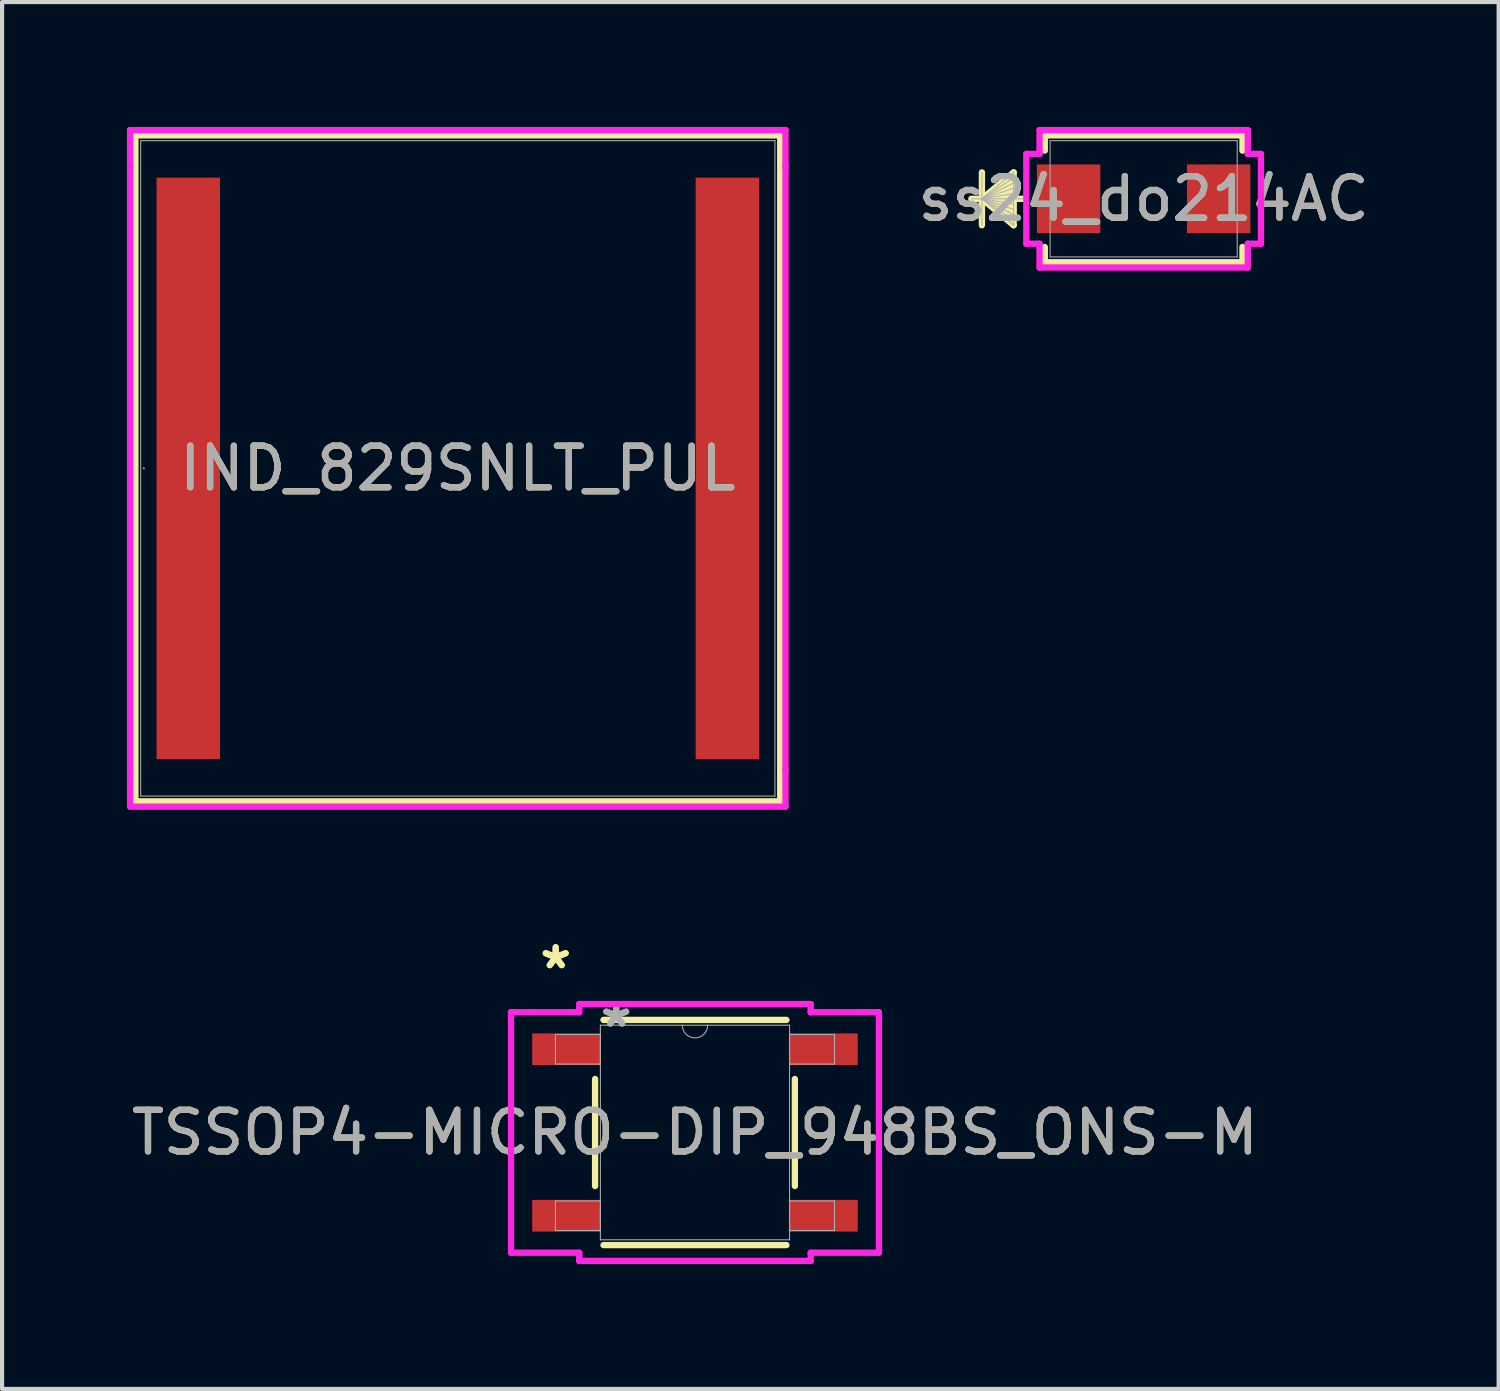
<source format=kicad_pcb>
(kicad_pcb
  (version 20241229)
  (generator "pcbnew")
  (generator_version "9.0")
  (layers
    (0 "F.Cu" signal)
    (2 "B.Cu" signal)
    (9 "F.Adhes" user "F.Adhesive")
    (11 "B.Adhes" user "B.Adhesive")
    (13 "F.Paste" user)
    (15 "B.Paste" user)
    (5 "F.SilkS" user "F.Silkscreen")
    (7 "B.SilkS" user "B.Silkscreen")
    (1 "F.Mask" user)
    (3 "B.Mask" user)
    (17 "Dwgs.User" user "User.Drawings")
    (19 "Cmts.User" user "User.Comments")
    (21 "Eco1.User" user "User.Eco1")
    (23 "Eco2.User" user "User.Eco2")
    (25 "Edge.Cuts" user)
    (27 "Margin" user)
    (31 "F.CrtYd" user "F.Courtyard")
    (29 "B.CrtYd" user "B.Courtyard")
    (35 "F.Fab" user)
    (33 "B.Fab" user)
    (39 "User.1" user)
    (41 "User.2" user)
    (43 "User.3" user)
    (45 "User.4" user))
  (footprint "IND_829SNLT_PUL"
    (layer "F.Cu")
    (at 7.95 8.204)
    (property "Reference" "IND_829SNLT_PUL" (at 0 0 0) (unlocked yes) (layer "F.SilkS") (effects (font (size 1 1) (thickness 0.15))))
    (attr smd)
    (fp_line (start -7.747 -8.001) (end -7.747 8.001) (stroke (width 0.152) (type solid)) (layer "F.SilkS"))
    (fp_line (start -7.747 8.001) (end 7.747 8.001) (stroke (width 0.152) (type solid)) (layer "F.SilkS"))
    (fp_line (start 7.747 -8.001) (end -7.747 -8.001) (stroke (width 0.152) (type solid)) (layer "F.SilkS"))
    (fp_line (start 7.747 8.001) (end 7.747 -8.001) (stroke (width 0.152) (type solid)) (layer "F.SilkS"))
    (fp_line (start -7.874 -8.128) (end 7.874 -8.128) (stroke (width 0.152) (type solid)) (layer "F.CrtYd"))
    (fp_line (start -7.874 -7.239) (end -7.874 -8.128) (stroke (width 0.152) (type solid)) (layer "F.CrtYd"))
    (fp_line (start -7.874 -7.239) (end -7.874 -7.239) (stroke (width 0.152) (type solid)) (layer "F.CrtYd"))
    (fp_line (start -7.874 7.239) (end -7.874 -7.239) (stroke (width 0.152) (type solid)) (layer "F.CrtYd"))
    (fp_line (start -7.874 7.239) (end -7.874 7.239) (stroke (width 0.152) (type solid)) (layer "F.CrtYd"))
    (fp_line (start -7.874 8.128) (end -7.874 7.239) (stroke (width 0.152) (type solid)) (layer "F.CrtYd"))
    (fp_line (start 7.874 -8.128) (end 7.874 -7.239) (stroke (width 0.152) (type solid)) (layer "F.CrtYd"))
    (fp_line (start 7.874 -7.239) (end 7.874 -7.239) (stroke (width 0.152) (type solid)) (layer "F.CrtYd"))
    (fp_line (start 7.874 -7.239) (end 7.874 7.239) (stroke (width 0.152) (type solid)) (layer "F.CrtYd"))
    (fp_line (start 7.874 7.239) (end 7.874 7.239) (stroke (width 0.152) (type solid)) (layer "F.CrtYd"))
    (fp_line (start 7.874 7.239) (end 7.874 8.128) (stroke (width 0.152) (type solid)) (layer "F.CrtYd"))
    (fp_line (start 7.874 8.128) (end -7.874 8.128) (stroke (width 0.152) (type solid)) (layer "F.CrtYd"))
    (fp_line (start -7.62 -7.874) (end -7.62 7.874) (stroke (width 0.025) (type solid)) (layer "F.Fab"))
    (fp_line (start -7.62 7.874) (end 7.62 7.874) (stroke (width 0.025) (type solid)) (layer "F.Fab"))
    (fp_line (start 7.62 -7.874) (end -7.62 -7.874) (stroke (width 0.025) (type solid)) (layer "F.Fab"))
    (fp_line (start 7.62 7.874) (end 7.62 -7.874) (stroke (width 0.025) (type solid)) (layer "F.Fab"))
    (fp_circle (center -7.544 0) (end -7.544 0) (stroke (width 0.025) (type solid)) (fill no) (layer "F.Fab"))
    (fp_text user "${REFERENCE}" (at 0 0 0) (unlocked yes) (layer "F.Fab") (effects (font (size 1 1) (thickness 0.15))))
    (pad "1" smd rect (at -6.477 0) (size 1.524 13.97) (layers "F.Cu" "F.Mask" "F.Paste"))
    (pad "2" smd rect (at 6.477 0) (size 1.524 13.97) (layers "F.Cu" "F.Mask" "F.Paste"))
    (zone (net_name "") (layer "F.Cu") (hatch full 0.508) (connect_pads) (min_thickness 0.254) (filled_areas_thickness no) (keepout (tracks not_allowed) (vias not_allowed) (pads allowed) (copperpour not_allowed) (footprints allowed)) (placement (enabled no)) (fill) (polygon (pts (xy 2.286 0.381) (xy 13.614 0.381) (xy 13.614 16.027) (xy 2.286 16.027)))))
  (footprint "ss24_do214AC"
    (layer "F.Cu")
    (at 24.43 1.727)
    (property "Reference" "ss24_do214AC" (at 0 0 0) (unlocked yes) (layer "F.SilkS") (effects (font (size 1 1) (thickness 0.15))))
    (attr smd)
    (fp_line (start -3.886 -0.635) (end -3.886 0.635) (stroke (width 0.152) (type solid)) (layer "F.SilkS"))
    (fp_line (start -3.886 0) (end -3.124 -0.635) (stroke (width 0.152) (type solid)) (layer "F.SilkS"))
    (fp_line (start -3.886 0) (end -3.124 -0.508) (stroke (width 0.152) (type solid)) (layer "F.SilkS"))
    (fp_line (start -3.886 0) (end -3.124 -0.381) (stroke (width 0.152) (type solid)) (layer "F.SilkS"))
    (fp_line (start -3.886 0) (end -3.124 -0.254) (stroke (width 0.152) (type solid)) (layer "F.SilkS"))
    (fp_line (start -3.886 0) (end -3.124 -0.127) (stroke (width 0.152) (type solid)) (layer "F.SilkS"))
    (fp_line (start -3.886 0) (end -3.124 0.127) (stroke (width 0.152) (type solid)) (layer "F.SilkS"))
    (fp_line (start -3.886 0) (end -3.124 0.254) (stroke (width 0.152) (type solid)) (layer "F.SilkS"))
    (fp_line (start -3.886 0) (end -3.124 0.381) (stroke (width 0.152) (type solid)) (layer "F.SilkS"))
    (fp_line (start -3.886 0) (end -3.124 0.508) (stroke (width 0.152) (type solid)) (layer "F.SilkS"))
    (fp_line (start -3.886 0) (end -3.124 0.635) (stroke (width 0.152) (type solid)) (layer "F.SilkS"))
    (fp_line (start -3.124 -0.635) (end -3.124 0.635) (stroke (width 0.152) (type solid)) (layer "F.SilkS"))
    (fp_line (start -2.898 0) (end -4.14 0) (stroke (width 0.152) (type solid)) (layer "F.SilkS"))
    (fp_line (start -2.375 -1.524) (end -2.375 -1.158) (stroke (width 0.152) (type solid)) (layer "F.SilkS"))
    (fp_line (start -2.375 1.158) (end -2.375 1.524) (stroke (width 0.152) (type solid)) (layer "F.SilkS"))
    (fp_line (start -2.375 1.524) (end 2.375 1.524) (stroke (width 0.152) (type solid)) (layer "F.SilkS"))
    (fp_line (start 2.375 -1.524) (end -2.375 -1.524) (stroke (width 0.152) (type solid)) (layer "F.SilkS"))
    (fp_line (start 2.375 -1.158) (end 2.375 -1.524) (stroke (width 0.152) (type solid)) (layer "F.SilkS"))
    (fp_line (start 2.375 1.524) (end 2.375 1.158) (stroke (width 0.152) (type solid)) (layer "F.SilkS"))
    (fp_line (start -2.819 -1.079) (end -2.502 -1.079) (stroke (width 0.152) (type solid)) (layer "F.CrtYd"))
    (fp_line (start -2.819 1.079) (end -2.819 -1.079) (stroke (width 0.152) (type solid)) (layer "F.CrtYd"))
    (fp_line (start -2.502 -1.651) (end 2.502 -1.651) (stroke (width 0.152) (type solid)) (layer "F.CrtYd"))
    (fp_line (start -2.502 -1.079) (end -2.502 -1.651) (stroke (width 0.152) (type solid)) (layer "F.CrtYd"))
    (fp_line (start -2.502 1.079) (end -2.819 1.079) (stroke (width 0.152) (type solid)) (layer "F.CrtYd"))
    (fp_line (start -2.502 1.651) (end -2.502 1.079) (stroke (width 0.152) (type solid)) (layer "F.CrtYd"))
    (fp_line (start 2.502 -1.651) (end 2.502 -1.079) (stroke (width 0.152) (type solid)) (layer "F.CrtYd"))
    (fp_line (start 2.502 -1.079) (end 2.819 -1.079) (stroke (width 0.152) (type solid)) (layer "F.CrtYd"))
    (fp_line (start 2.502 1.079) (end 2.502 1.651) (stroke (width 0.152) (type solid)) (layer "F.CrtYd"))
    (fp_line (start 2.502 1.651) (end -2.502 1.651) (stroke (width 0.152) (type solid)) (layer "F.CrtYd"))
    (fp_line (start 2.819 -1.079) (end 2.819 1.079) (stroke (width 0.152) (type solid)) (layer "F.CrtYd"))
    (fp_line (start 2.819 1.079) (end 2.502 1.079) (stroke (width 0.152) (type solid)) (layer "F.CrtYd"))
    (fp_line (start -3.886 -0.635) (end -3.886 0.635) (stroke (width 0.025) (type solid)) (layer "F.Fab"))
    (fp_line (start -3.886 0) (end -3.124 -0.635) (stroke (width 0.025) (type solid)) (layer "F.Fab"))
    (fp_line (start -3.886 0) (end -3.124 -0.508) (stroke (width 0.025) (type solid)) (layer "F.Fab"))
    (fp_line (start -3.886 0) (end -3.124 -0.381) (stroke (width 0.025) (type solid)) (layer "F.Fab"))
    (fp_line (start -3.886 0) (end -3.124 -0.254) (stroke (width 0.025) (type solid)) (layer "F.Fab"))
    (fp_line (start -3.886 0) (end -3.124 -0.127) (stroke (width 0.025) (type solid)) (layer "F.Fab"))
    (fp_line (start -3.886 0) (end -3.124 0.127) (stroke (width 0.025) (type solid)) (layer "F.Fab"))
    (fp_line (start -3.886 0) (end -3.124 0.254) (stroke (width 0.025) (type solid)) (layer "F.Fab"))
    (fp_line (start -3.886 0) (end -3.124 0.381) (stroke (width 0.025) (type solid)) (layer "F.Fab"))
    (fp_line (start -3.886 0) (end -3.124 0.508) (stroke (width 0.025) (type solid)) (layer "F.Fab"))
    (fp_line (start -3.886 0) (end -3.124 0.635) (stroke (width 0.025) (type solid)) (layer "F.Fab"))
    (fp_line (start -3.124 -0.635) (end -3.124 0.635) (stroke (width 0.025) (type solid)) (layer "F.Fab"))
    (fp_line (start -2.87 0) (end -4.14 0) (stroke (width 0.025) (type solid)) (layer "F.Fab"))
    (fp_line (start -2.248 -1.397) (end -2.248 1.397) (stroke (width 0.025) (type solid)) (layer "F.Fab"))
    (fp_line (start -2.248 1.397) (end 2.248 1.397) (stroke (width 0.025) (type solid)) (layer "F.Fab"))
    (fp_line (start 2.248 -1.397) (end -2.248 -1.397) (stroke (width 0.025) (type solid)) (layer "F.Fab"))
    (fp_line (start 2.248 1.397) (end 2.248 -1.397) (stroke (width 0.025) (type solid)) (layer "F.Fab"))
    (fp_text user "${REFERENCE}" (at 0 0 0) (unlocked yes) (layer "F.Fab") (effects (font (size 1 1) (thickness 0.15))))
    (pad "1" smd rect (at -1.803 0) (size 1.524 1.651) (layers "F.Cu" "F.Mask" "F.Paste"))
    (pad "2" smd rect (at 1.803 0) (size 1.524 1.651) (layers "F.Cu" "F.Mask" "F.Paste"))
    (zone (net_name "") (layer "F.Cu") (hatch full 0.508) (connect_pads) (min_thickness 0.254) (filled_areas_thickness no) (keepout (tracks not_allowed) (vias not_allowed) (pads allowed) (copperpour not_allowed) (footprints allowed)) (placement (enabled no)) (fill) (polygon (pts (xy 22.233 0.381) (xy 26.627 0.381) (xy 26.627 0.851) (xy 22.233 0.851))))
    (zone (net_name "") (layer "F.Cu") (hatch full 0.508) (connect_pads) (min_thickness 0.254) (filled_areas_thickness no) (keepout (tracks not_allowed) (vias not_allowed) (pads allowed) (copperpour not_allowed) (footprints allowed)) (placement (enabled no)) (fill) (polygon (pts (xy 22.233 2.603) (xy 26.627 2.603) (xy 26.627 3.073) (xy 22.233 3.073))))
    (zone (net_name "") (layer "F.Cu") (hatch full 0.508) (connect_pads) (min_thickness 0.254) (filled_areas_thickness no) (keepout (tracks not_allowed) (vias not_allowed) (pads allowed) (copperpour not_allowed) (footprints allowed)) (placement (enabled no)) (fill) (polygon (pts (xy 23.186 0.851) (xy 25.675 0.851) (xy 25.675 2.603) (xy 23.186 2.603)))))
  (footprint "TSSOP4-MICRO-DIP_948BS_ONS-M"
    (layer "F.Cu")
    (at 13.649 24.162)
    (property "Reference" "TSSOP4-MICRO-DIP_948BS_ONS-M" (at 0 0 0) (unlocked yes) (layer "F.SilkS") (effects (font (size 1 1) (thickness 0.15))))
    (attr smd)
    (fp_line (start -2.4 -1.286) (end -2.4 1.286) (stroke (width 0.152) (type solid)) (layer "F.SilkS"))
    (fp_line (start -2.198 2.705) (end 2.198 2.705) (stroke (width 0.152) (type solid)) (layer "F.SilkS"))
    (fp_line (start 2.198 -2.705) (end -2.198 -2.705) (stroke (width 0.152) (type solid)) (layer "F.SilkS"))
    (fp_line (start 2.4 1.286) (end 2.4 -1.286) (stroke (width 0.152) (type solid)) (layer "F.SilkS"))
    (fp_line (start -4.42 -2.889) (end -2.781 -2.889) (stroke (width 0.152) (type solid)) (layer "F.CrtYd"))
    (fp_line (start -4.42 2.889) (end -4.42 -2.889) (stroke (width 0.152) (type solid)) (layer "F.CrtYd"))
    (fp_line (start -4.42 2.889) (end -2.781 2.889) (stroke (width 0.152) (type solid)) (layer "F.CrtYd"))
    (fp_line (start -2.781 -3.086) (end 2.781 -3.086) (stroke (width 0.152) (type solid)) (layer "F.CrtYd"))
    (fp_line (start -2.781 -2.889) (end -2.781 -3.086) (stroke (width 0.152) (type solid)) (layer "F.CrtYd"))
    (fp_line (start -2.781 3.086) (end -2.781 2.889) (stroke (width 0.152) (type solid)) (layer "F.CrtYd"))
    (fp_line (start 2.781 -3.086) (end 2.781 -2.889) (stroke (width 0.152) (type solid)) (layer "F.CrtYd"))
    (fp_line (start 2.781 2.889) (end 2.781 3.086) (stroke (width 0.152) (type solid)) (layer "F.CrtYd"))
    (fp_line (start 2.781 3.086) (end -2.781 3.086) (stroke (width 0.152) (type solid)) (layer "F.CrtYd"))
    (fp_line (start 4.42 -2.889) (end 2.781 -2.889) (stroke (width 0.152) (type solid)) (layer "F.CrtYd"))
    (fp_line (start 4.42 -2.889) (end 4.42 2.889) (stroke (width 0.152) (type solid)) (layer "F.CrtYd"))
    (fp_line (start 4.42 2.889) (end 2.781 2.889) (stroke (width 0.152) (type solid)) (layer "F.CrtYd"))
    (fp_line (start -3.353 -2.356) (end -3.353 -1.644) (stroke (width 0.025) (type solid)) (layer "F.Fab"))
    (fp_line (start -3.353 -1.644) (end -2.273 -1.644) (stroke (width 0.025) (type solid)) (layer "F.Fab"))
    (fp_line (start -3.353 1.644) (end -3.353 2.356) (stroke (width 0.025) (type solid)) (layer "F.Fab"))
    (fp_line (start -3.353 2.356) (end -2.273 2.356) (stroke (width 0.025) (type solid)) (layer "F.Fab"))
    (fp_line (start -2.273 -2.578) (end -2.273 2.578) (stroke (width 0.025) (type solid)) (layer "F.Fab"))
    (fp_line (start -2.273 -2.356) (end -3.353 -2.356) (stroke (width 0.025) (type solid)) (layer "F.Fab"))
    (fp_line (start -2.273 -1.644) (end -2.273 -2.356) (stroke (width 0.025) (type solid)) (layer "F.Fab"))
    (fp_line (start -2.273 1.644) (end -3.353 1.644) (stroke (width 0.025) (type solid)) (layer "F.Fab"))
    (fp_line (start -2.273 2.356) (end -2.273 1.644) (stroke (width 0.025) (type solid)) (layer "F.Fab"))
    (fp_line (start -2.273 2.578) (end 2.273 2.578) (stroke (width 0.025) (type solid)) (layer "F.Fab"))
    (fp_line (start 2.273 -2.578) (end -2.273 -2.578) (stroke (width 0.025) (type solid)) (layer "F.Fab"))
    (fp_line (start 2.273 -2.356) (end 2.273 -1.644) (stroke (width 0.025) (type solid)) (layer "F.Fab"))
    (fp_line (start 2.273 -1.644) (end 3.353 -1.644) (stroke (width 0.025) (type solid)) (layer "F.Fab"))
    (fp_line (start 2.273 1.644) (end 2.273 2.356) (stroke (width 0.025) (type solid)) (layer "F.Fab"))
    (fp_line (start 2.273 2.356) (end 3.353 2.356) (stroke (width 0.025) (type solid)) (layer "F.Fab"))
    (fp_line (start 2.273 2.578) (end 2.273 -2.578) (stroke (width 0.025) (type solid)) (layer "F.Fab"))
    (fp_line (start 3.353 -2.356) (end 2.273 -2.356) (stroke (width 0.025) (type solid)) (layer "F.Fab"))
    (fp_line (start 3.353 -1.644) (end 3.353 -2.356) (stroke (width 0.025) (type solid)) (layer "F.Fab"))
    (fp_line (start 3.353 1.644) (end 2.273 1.644) (stroke (width 0.025) (type solid)) (layer "F.Fab"))
    (fp_line (start 3.353 2.356) (end 3.353 1.644) (stroke (width 0.025) (type solid)) (layer "F.Fab"))
    (fp_arc (start 0.3048 -2.5781) (mid 0 -2.2733) (end -0.3048 -2.5781) (stroke (width 0.0254) (type solid)) (layer "F.Fab"))
    (fp_text user "*" (at -3.346 -3.905 0) (layer "F.SilkS") (effects (font (size 1 1) (thickness 0.15))))
    (fp_text user "*" (at -3.346 -3.905 0) (unlocked yes) (layer "F.SilkS") (effects (font (size 1 1) (thickness 0.15))))
    (fp_text user "*" (at -1.892 -2.502 0) (unlocked yes) (layer "F.Fab") (effects (font (size 1 1) (thickness 0.15))))
    (fp_text user "*" (at -1.892 -2.502 0) (layer "F.Fab") (effects (font (size 1 1) (thickness 0.15))))
    (fp_text user "${REFERENCE}" (at 0 0 0) (unlocked yes) (layer "F.Fab") (effects (font (size 1 1) (thickness 0.15))))
    (pad "1" smd rect (at -3.092 -2) (size 1.638 0.762) (layers "F.Cu" "F.Mask" "F.Paste"))
    (pad "2" smd rect (at -3.092 2) (size 1.638 0.762) (layers "F.Cu" "F.Mask" "F.Paste"))
    (pad "3" smd rect (at 3.092 2) (size 1.638 0.762) (layers "F.Cu" "F.Mask" "F.Paste"))
    (pad "4" smd rect (at 3.092 -2) (size 1.638 0.762) (layers "F.Cu" "F.Mask" "F.Paste")))
  (gr_rect
    (start -3 -3)
    (end 32.96 30.324)
    (stroke (width 0.1) (type default))
    (fill no)
    (layer "Edge.Cuts")))
</source>
